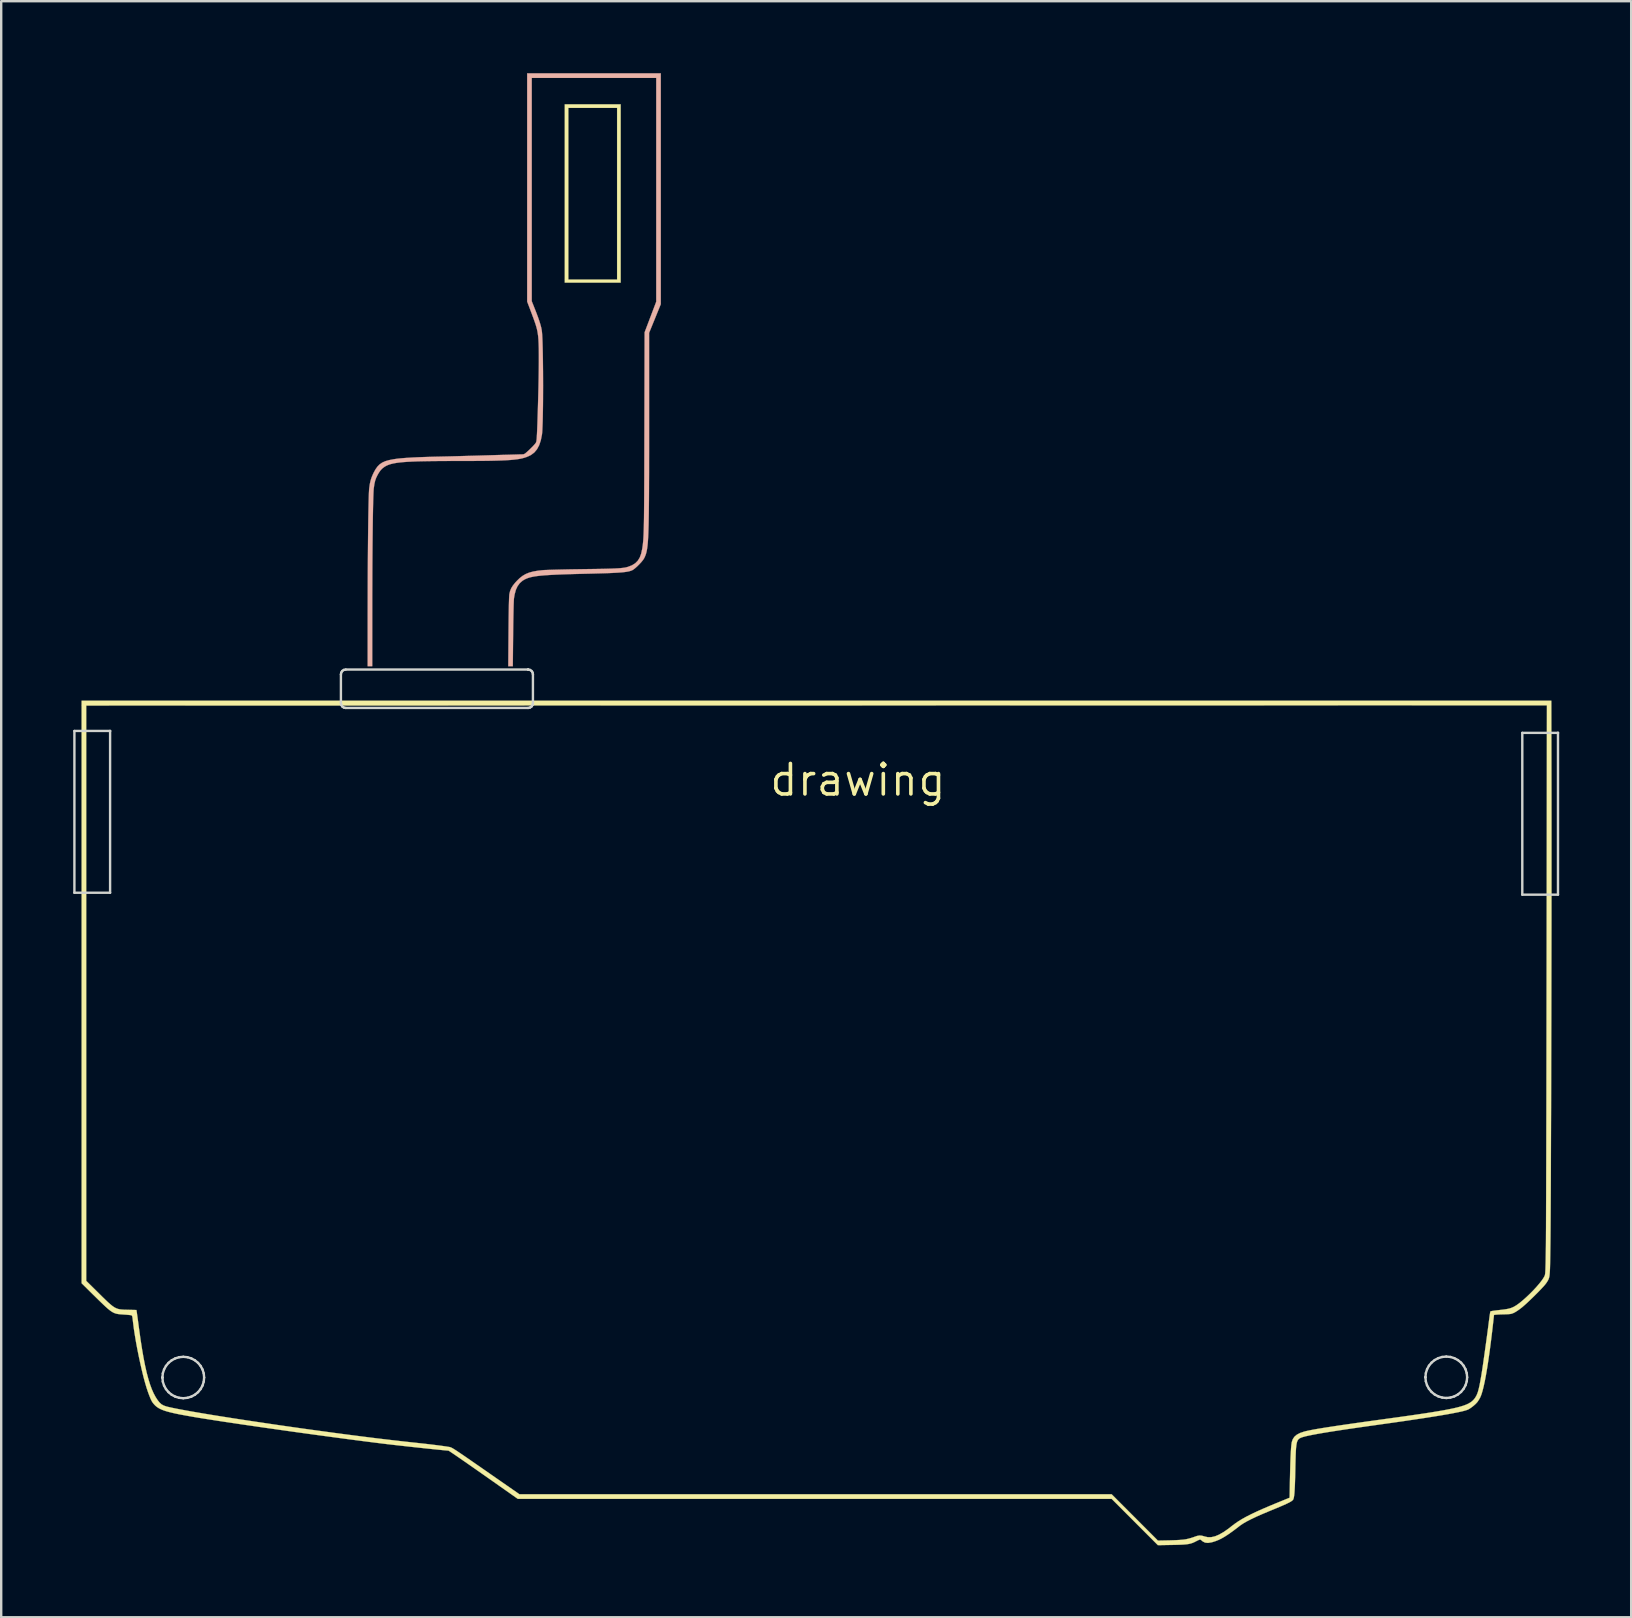
<source format=kicad_pcb>
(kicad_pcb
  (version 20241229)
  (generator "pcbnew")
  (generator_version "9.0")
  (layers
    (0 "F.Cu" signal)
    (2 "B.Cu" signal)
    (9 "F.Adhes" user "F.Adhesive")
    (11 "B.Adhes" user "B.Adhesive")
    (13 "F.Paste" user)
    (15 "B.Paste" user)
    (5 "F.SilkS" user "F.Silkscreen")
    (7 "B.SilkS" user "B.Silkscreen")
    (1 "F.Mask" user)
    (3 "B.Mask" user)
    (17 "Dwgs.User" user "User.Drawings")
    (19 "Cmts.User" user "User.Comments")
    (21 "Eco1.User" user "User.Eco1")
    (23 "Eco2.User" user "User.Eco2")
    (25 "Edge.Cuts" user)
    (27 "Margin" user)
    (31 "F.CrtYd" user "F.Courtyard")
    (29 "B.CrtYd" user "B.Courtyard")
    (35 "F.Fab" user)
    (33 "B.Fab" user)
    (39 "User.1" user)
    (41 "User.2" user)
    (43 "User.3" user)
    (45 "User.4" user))
  (footprint "drawing"
    (layer "F.Cu")
    (at 32.694 29.448)
    (property "Reference" "drawing" (at 0 0 0) (layer "F.SilkS") (effects (font (size 1.27 1.27) (thickness 0.15))))
    (attr through_hole)
    (fp_poly (pts (xy -9.885 -20.722) (xy -12.213 -20.722) (xy -12.213 -28.003) (xy -12.065 -28.003) (xy -12.065 -20.849) (xy -10.033 -20.849) (xy -10.033 -28.003) (xy -12.065 -28.003) (xy -12.213 -28.003) (xy -12.213 -28.152) (xy -9.885 -28.152) (xy -9.885 -20.722)) (stroke (width 0.01) (type solid)) (fill yes) (layer "F.SilkS"))
    (fp_poly (pts (xy 28.897 0.693) (xy 28.897 1.105) (xy 28.898 1.543) (xy 28.898 2.007) (xy 28.898 2.493) (xy 28.898 3.002) (xy 28.898 3.529) (xy 28.898 4.074) (xy 28.898 4.635) (xy 28.897 5.21) (xy 28.897 5.796) (xy 28.896 6.392) (xy 28.895 6.997) (xy 28.894 7.607) (xy 28.893 8.222) (xy 28.892 8.84) (xy 28.891 9.457) (xy 28.89 10.074) (xy 28.888 10.687) (xy 28.887 11.295) (xy 28.885 11.896) (xy 28.884 12.488) (xy 28.882 13.069) (xy 28.881 13.637) (xy 28.879 14.191) (xy 28.877 14.728) (xy 28.875 15.247) (xy 28.873 15.745) (xy 28.872 16.221) (xy 28.87 16.673) (xy 28.868 17.099) (xy 28.866 17.498) (xy 28.864 17.866) (xy 28.862 18.203) (xy 28.86 18.506) (xy 28.858 18.773) (xy 28.856 19.004) (xy 28.854 19.195) (xy 28.853 19.293) (xy 28.849 19.573) (xy 28.846 19.814) (xy 28.842 20.019) (xy 28.839 20.192) (xy 28.835 20.337) (xy 28.83 20.456) (xy 28.823 20.553) (xy 28.816 20.632) (xy 28.806 20.696) (xy 28.793 20.748) (xy 28.778 20.792) (xy 28.76 20.831) (xy 28.739 20.869) (xy 28.714 20.909) (xy 28.685 20.954) (xy 28.684 20.955) (xy 28.643 21.01) (xy 28.576 21.088) (xy 28.487 21.184) (xy 28.382 21.294) (xy 28.266 21.412) (xy 28.144 21.533) (xy 28.021 21.652) (xy 27.902 21.765) (xy 27.792 21.865) (xy 27.696 21.949) (xy 27.663 21.976) (xy 27.571 22.047) (xy 27.476 22.114) (xy 27.39 22.168) (xy 27.335 22.198) (xy 27.286 22.219) (xy 27.242 22.235) (xy 27.193 22.246) (xy 27.132 22.253) (xy 27.05 22.258) (xy 26.939 22.262) (xy 26.855 22.264) (xy 26.711 22.268) (xy 26.602 22.275) (xy 26.532 22.282) (xy 26.502 22.292) (xy 26.501 22.294) (xy 26.498 22.32) (xy 26.492 22.382) (xy 26.481 22.476) (xy 26.468 22.596) (xy 26.452 22.737) (xy 26.434 22.894) (xy 26.426 22.964) (xy 26.374 23.389) (xy 26.323 23.784) (xy 26.271 24.149) (xy 26.22 24.482) (xy 26.169 24.781) (xy 26.119 25.045) (xy 26.069 25.273) (xy 26.021 25.462) (xy 25.975 25.612) (xy 25.93 25.721) (xy 25.884 25.804) (xy 25.831 25.887) (xy 25.8 25.929) (xy 25.733 26) (xy 25.646 26.077) (xy 25.55 26.15) (xy 25.461 26.209) (xy 25.407 26.236) (xy 25.322 26.265) (xy 25.197 26.299) (xy 25.031 26.336) (xy 24.825 26.377) (xy 24.578 26.423) (xy 24.29 26.472) (xy 23.961 26.526) (xy 23.591 26.584) (xy 23.179 26.646) (xy 22.726 26.713) (xy 22.231 26.784) (xy 21.694 26.859) (xy 21.685 26.861) (xy 21.205 26.928) (xy 20.766 26.991) (xy 20.368 27.049) (xy 20.009 27.103) (xy 19.689 27.153) (xy 19.407 27.199) (xy 19.162 27.241) (xy 18.954 27.28) (xy 18.781 27.315) (xy 18.643 27.346) (xy 18.539 27.375) (xy 18.489 27.391) (xy 18.438 27.412) (xy 18.395 27.436) (xy 18.358 27.465) (xy 18.328 27.505) (xy 18.303 27.557) (xy 18.283 27.626) (xy 18.268 27.715) (xy 18.255 27.827) (xy 18.246 27.966) (xy 18.239 28.136) (xy 18.233 28.339) (xy 18.227 28.58) (xy 18.225 28.702) (xy 18.219 28.977) (xy 18.212 29.212) (xy 18.205 29.411) (xy 18.196 29.575) (xy 18.187 29.709) (xy 18.176 29.813) (xy 18.163 29.893) (xy 18.148 29.949) (xy 18.137 29.978) (xy 18.117 30.004) (xy 18.082 30.034) (xy 18.03 30.068) (xy 17.957 30.108) (xy 17.86 30.155) (xy 17.736 30.211) (xy 17.582 30.278) (xy 17.395 30.356) (xy 17.172 30.448) (xy 17.138 30.462) (xy 16.862 30.578) (xy 16.613 30.687) (xy 16.396 30.79) (xy 16.211 30.885) (xy 16.062 30.97) (xy 15.95 31.044) (xy 15.938 31.053) (xy 15.735 31.209) (xy 15.558 31.339) (xy 15.404 31.447) (xy 15.266 31.535) (xy 15.141 31.606) (xy 15.023 31.663) (xy 14.907 31.709) (xy 14.789 31.747) (xy 14.727 31.763) (xy 14.585 31.786) (xy 14.465 31.773) (xy 14.369 31.726) (xy 14.346 31.706) (xy 14.3 31.667) (xy 14.262 31.646) (xy 14.254 31.644) (xy 14.224 31.654) (xy 14.167 31.678) (xy 14.096 31.714) (xy 14.084 31.72) (xy 14.009 31.758) (xy 13.937 31.788) (xy 13.861 31.812) (xy 13.777 31.831) (xy 13.678 31.845) (xy 13.558 31.855) (xy 13.412 31.862) (xy 13.233 31.867) (xy 13.081 31.87) (xy 12.499 31.88) (xy 10.573 29.951) (xy -14.171 29.95) (xy -15.6 28.945) (xy -15.82 28.791) (xy -16.03 28.644) (xy -16.228 28.506) (xy -16.411 28.379) (xy -16.577 28.264) (xy -16.722 28.164) (xy -16.845 28.08) (xy -16.943 28.014) (xy -17.013 27.968) (xy -17.052 27.944) (xy -17.059 27.94) (xy -17.102 27.938) (xy -17.182 27.931) (xy -17.296 27.92) (xy -17.438 27.906) (xy -17.605 27.889) (xy -17.793 27.87) (xy -17.996 27.849) (xy -18.21 27.826) (xy -18.431 27.802) (xy -18.655 27.778) (xy -18.878 27.753) (xy -19.094 27.729) (xy -19.299 27.706) (xy -19.49 27.684) (xy -19.662 27.664) (xy -19.809 27.646) (xy -19.844 27.642) (xy -20.244 27.592) (xy -20.666 27.538) (xy -21.104 27.481) (xy -21.557 27.421) (xy -22.02 27.359) (xy -22.489 27.296) (xy -22.963 27.231) (xy -23.436 27.166) (xy -23.906 27.1) (xy -24.369 27.034) (xy -24.822 26.97) (xy -25.261 26.906) (xy -25.683 26.845) (xy -26.085 26.785) (xy -26.462 26.729) (xy -26.812 26.675) (xy -27.131 26.625) (xy -27.415 26.58) (xy -27.662 26.539) (xy -27.707 26.531) (xy -27.995 26.48) (xy -28.245 26.434) (xy -28.459 26.39) (xy -28.642 26.347) (xy -28.797 26.306) (xy -28.927 26.264) (xy -29.035 26.22) (xy -29.126 26.174) (xy -29.203 26.124) (xy -29.269 26.07) (xy -29.312 26.026) (xy -29.358 25.973) (xy -29.398 25.919) (xy -29.434 25.856) (xy -29.471 25.778) (xy -29.512 25.677) (xy -29.562 25.546) (xy -29.58 25.495) (xy -29.64 25.316) (xy -29.703 25.101) (xy -29.769 24.857) (xy -29.834 24.589) (xy -29.899 24.305) (xy -29.962 24.011) (xy -30.022 23.713) (xy -30.077 23.418) (xy -30.125 23.131) (xy -30.167 22.86) (xy -30.199 22.61) (xy -30.206 22.55) (xy -30.218 22.446) (xy -30.228 22.377) (xy -30.239 22.335) (xy -30.254 22.312) (xy -30.273 22.301) (xy -30.276 22.3) (xy -30.313 22.294) (xy -30.384 22.287) (xy -30.477 22.278) (xy -30.585 22.271) (xy -30.61 22.269) (xy -30.708 22.262) (xy -30.793 22.254) (xy -30.87 22.242) (xy -30.941 22.223) (xy -31.01 22.195) (xy -31.081 22.156) (xy -31.159 22.102) (xy -31.245 22.033) (xy -31.345 21.944) (xy -31.462 21.834) (xy -31.6 21.701) (xy -31.763 21.541) (xy -31.851 21.455) (xy -32.343 20.968) (xy -32.343 20.867) (xy -32.152 20.867) (xy -31.681 21.332) (xy -31.514 21.498) (xy -31.372 21.636) (xy -31.253 21.75) (xy -31.151 21.841) (xy -31.062 21.913) (xy -30.983 21.968) (xy -30.908 22.007) (xy -30.834 22.035) (xy -30.757 22.053) (xy -30.672 22.063) (xy -30.576 22.069) (xy -30.463 22.072) (xy -30.423 22.073) (xy -30.06 22.082) (xy -30.047 22.159) (xy -30.041 22.199) (xy -30.031 22.275) (xy -30.016 22.381) (xy -29.998 22.511) (xy -29.978 22.66) (xy -29.957 22.82) (xy -29.95 22.871) (xy -29.889 23.309) (xy -29.827 23.707) (xy -29.765 24.067) (xy -29.701 24.392) (xy -29.636 24.683) (xy -29.567 24.942) (xy -29.496 25.173) (xy -29.421 25.377) (xy -29.342 25.556) (xy -29.258 25.712) (xy -29.177 25.837) (xy -29.097 25.937) (xy -29.017 26.01) (xy -28.924 26.062) (xy -28.806 26.103) (xy -28.744 26.118) (xy -28.571 26.157) (xy -28.359 26.2) (xy -28.11 26.247) (xy -27.827 26.299) (xy -27.513 26.353) (xy -27.171 26.411) (xy -26.802 26.472) (xy -26.41 26.534) (xy -25.998 26.599) (xy -25.568 26.665) (xy -25.123 26.732) (xy -24.666 26.8) (xy -24.199 26.869) (xy -23.725 26.937) (xy -23.247 27.005) (xy -22.767 27.072) (xy -22.288 27.137) (xy -21.813 27.202) (xy -21.345 27.264) (xy -20.886 27.323) (xy -20.438 27.38) (xy -20.006 27.434) (xy -19.59 27.483) (xy -19.195 27.529) (xy -18.822 27.571) (xy -18.637 27.591) (xy -18.293 27.628) (xy -17.985 27.662) (xy -17.714 27.694) (xy -17.481 27.723) (xy -17.288 27.749) (xy -17.136 27.771) (xy -17.079 27.781) (xy -17.052 27.785) (xy -17.028 27.788) (xy -17.006 27.793) (xy -16.983 27.799) (xy -16.957 27.808) (xy -16.926 27.823) (xy -16.887 27.843) (xy -16.839 27.872) (xy -16.78 27.909) (xy -16.707 27.956) (xy -16.618 28.016) (xy -16.511 28.088) (xy -16.383 28.175) (xy -16.234 28.278) (xy -16.06 28.399) (xy -15.859 28.538) (xy -15.63 28.697) (xy -15.37 28.878) (xy -15.13 29.045) (xy -14.1 29.76) (xy 10.573 29.76) (xy 12.499 31.69) (xy 12.986 31.68) (xy 13.206 31.673) (xy 13.394 31.663) (xy 13.546 31.651) (xy 13.659 31.635) (xy 13.661 31.635) (xy 13.772 31.61) (xy 13.891 31.577) (xy 13.994 31.543) (xy 14.007 31.538) (xy 14.127 31.496) (xy 14.228 31.478) (xy 14.324 31.484) (xy 14.432 31.513) (xy 14.448 31.519) (xy 14.582 31.549) (xy 14.726 31.546) (xy 14.88 31.511) (xy 15.047 31.441) (xy 15.23 31.337) (xy 15.431 31.198) (xy 15.568 31.09) (xy 15.698 30.991) (xy 15.84 30.893) (xy 15.999 30.795) (xy 16.178 30.695) (xy 16.381 30.592) (xy 16.61 30.483) (xy 16.871 30.366) (xy 17.166 30.24) (xy 17.38 30.151) (xy 17.986 29.903) (xy 18 29.128) (xy 18.008 28.788) (xy 18.016 28.49) (xy 18.025 28.233) (xy 18.036 28.016) (xy 18.047 27.84) (xy 18.06 27.703) (xy 18.073 27.606) (xy 18.077 27.585) (xy 18.119 27.463) (xy 18.188 27.361) (xy 18.288 27.276) (xy 18.422 27.206) (xy 18.594 27.148) (xy 18.648 27.134) (xy 18.74 27.113) (xy 18.852 27.09) (xy 18.986 27.064) (xy 19.143 27.036) (xy 19.325 27.006) (xy 19.535 26.972) (xy 19.774 26.936) (xy 20.043 26.895) (xy 20.345 26.851) (xy 20.681 26.803) (xy 21.054 26.75) (xy 21.464 26.693) (xy 21.915 26.631) (xy 22.013 26.617) (xy 22.466 26.555) (xy 22.878 26.497) (xy 23.252 26.443) (xy 23.591 26.393) (xy 23.895 26.346) (xy 24.167 26.301) (xy 24.41 26.259) (xy 24.624 26.218) (xy 24.813 26.179) (xy 24.978 26.14) (xy 25.121 26.101) (xy 25.244 26.062) (xy 25.349 26.022) (xy 25.438 25.981) (xy 25.513 25.937) (xy 25.577 25.892) (xy 25.631 25.843) (xy 25.677 25.792) (xy 25.718 25.736) (xy 25.74 25.7) (xy 25.776 25.635) (xy 25.807 25.562) (xy 25.837 25.475) (xy 25.865 25.37) (xy 25.895 25.24) (xy 25.926 25.081) (xy 25.96 24.887) (xy 25.974 24.81) (xy 25.993 24.687) (xy 26.018 24.529) (xy 26.046 24.34) (xy 26.076 24.127) (xy 26.109 23.895) (xy 26.143 23.651) (xy 26.178 23.4) (xy 26.212 23.149) (xy 26.245 22.903) (xy 26.275 22.667) (xy 26.292 22.537) (xy 26.308 22.415) (xy 26.323 22.307) (xy 26.336 22.221) (xy 26.346 22.164) (xy 26.351 22.142) (xy 26.376 22.133) (xy 26.434 22.121) (xy 26.52 22.108) (xy 26.625 22.095) (xy 26.681 22.089) (xy 26.845 22.07) (xy 26.975 22.053) (xy 27.078 22.035) (xy 27.162 22.014) (xy 27.235 21.99) (xy 27.305 21.959) (xy 27.33 21.947) (xy 27.438 21.883) (xy 27.565 21.791) (xy 27.705 21.676) (xy 27.853 21.544) (xy 28.002 21.402) (xy 28.148 21.254) (xy 28.284 21.106) (xy 28.405 20.964) (xy 28.506 20.833) (xy 28.58 20.719) (xy 28.6 20.681) (xy 28.611 20.659) (xy 28.619 20.635) (xy 28.627 20.607) (xy 28.633 20.57) (xy 28.638 20.521) (xy 28.642 20.455) (xy 28.646 20.37) (xy 28.649 20.261) (xy 28.653 20.126) (xy 28.656 19.959) (xy 28.659 19.758) (xy 28.663 19.519) (xy 28.664 19.485) (xy 28.665 19.394) (xy 28.666 19.262) (xy 28.667 19.09) (xy 28.668 18.881) (xy 28.67 18.634) (xy 28.671 18.353) (xy 28.672 18.038) (xy 28.673 17.691) (xy 28.675 17.313) (xy 28.676 16.905) (xy 28.677 16.47) (xy 28.679 16.007) (xy 28.68 15.52) (xy 28.681 15.009) (xy 28.682 14.476) (xy 28.684 13.922) (xy 28.685 13.349) (xy 28.686 12.758) (xy 28.687 12.15) (xy 28.688 11.527) (xy 28.689 10.891) (xy 28.69 10.242) (xy 28.691 9.583) (xy 28.692 8.914) (xy 28.693 8.238) (xy 28.694 7.636) (xy 28.707 -3.111) (xy -1.722 -3.106) (xy -32.152 -3.101) (xy -32.152 8.883) (xy -32.152 20.867) (xy -32.343 20.867) (xy -32.343 -3.302) (xy -1.727 -3.302) (xy 28.89 -3.302) (xy 28.897 0.693)) (stroke (width 0.01) (type solid)) (fill yes) (layer "F.SilkS"))
    (fp_poly (pts (xy -8.213 -19.824) (xy -8.456 -19.226) (xy -8.7 -18.628) (xy -8.7 -14.759) (xy -8.7 -14.208) (xy -8.7 -13.698) (xy -8.701 -13.226) (xy -8.701 -12.792) (xy -8.703 -12.393) (xy -8.704 -12.028) (xy -8.706 -11.695) (xy -8.709 -11.393) (xy -8.712 -11.119) (xy -8.716 -10.872) (xy -8.72 -10.651) (xy -8.726 -10.453) (xy -8.732 -10.278) (xy -8.739 -10.122) (xy -8.747 -9.985) (xy -8.756 -9.865) (xy -8.766 -9.76) (xy -8.778 -9.668) (xy -8.791 -9.588) (xy -8.805 -9.518) (xy -8.82 -9.456) (xy -8.837 -9.401) (xy -8.855 -9.351) (xy -8.875 -9.304) (xy -8.896 -9.258) (xy -8.905 -9.241) (xy -8.949 -9.172) (xy -9.016 -9.088) (xy -9.1 -8.996) (xy -9.189 -8.907) (xy -9.277 -8.828) (xy -9.353 -8.769) (xy -9.39 -8.746) (xy -9.437 -8.725) (xy -9.491 -8.707) (xy -9.555 -8.69) (xy -9.632 -8.676) (xy -9.726 -8.663) (xy -9.838 -8.651) (xy -9.973 -8.641) (xy -10.133 -8.632) (xy -10.322 -8.623) (xy -10.541 -8.615) (xy -10.794 -8.608) (xy -11.085 -8.6) (xy -11.335 -8.594) (xy -11.707 -8.585) (xy -12.04 -8.576) (xy -12.336 -8.566) (xy -12.598 -8.555) (xy -12.828 -8.543) (xy -13.029 -8.53) (xy -13.204 -8.515) (xy -13.356 -8.498) (xy -13.486 -8.479) (xy -13.598 -8.457) (xy -13.695 -8.432) (xy -13.778 -8.404) (xy -13.852 -8.372) (xy -13.918 -8.337) (xy -13.977 -8.299) (xy -14.089 -8.201) (xy -14.179 -8.077) (xy -14.25 -7.924) (xy -14.301 -7.738) (xy -14.33 -7.567) (xy -14.334 -7.516) (xy -14.338 -7.426) (xy -14.343 -7.303) (xy -14.347 -7.15) (xy -14.351 -6.972) (xy -14.355 -6.772) (xy -14.359 -6.555) (xy -14.362 -6.325) (xy -14.365 -6.087) (xy -14.365 -6.07) (xy -14.378 -4.741) (xy -14.568 -4.741) (xy -14.557 -6.175) (xy -14.554 -6.496) (xy -14.551 -6.784) (xy -14.547 -7.037) (xy -14.543 -7.254) (xy -14.538 -7.434) (xy -14.533 -7.576) (xy -14.528 -7.678) (xy -14.523 -7.74) (xy -14.522 -7.747) (xy -14.492 -7.871) (xy -14.447 -7.984) (xy -14.38 -8.094) (xy -14.286 -8.213) (xy -14.214 -8.292) (xy -14.092 -8.411) (xy -13.969 -8.507) (xy -13.838 -8.583) (xy -13.692 -8.642) (xy -13.524 -8.687) (xy -13.327 -8.721) (xy -13.134 -8.742) (xy -13.069 -8.747) (xy -12.965 -8.751) (xy -12.828 -8.756) (xy -12.662 -8.761) (xy -12.471 -8.766) (xy -12.259 -8.771) (xy -12.03 -8.776) (xy -11.789 -8.78) (xy -11.541 -8.783) (xy -11.451 -8.785) (xy -11.141 -8.789) (xy -10.87 -8.793) (xy -10.635 -8.797) (xy -10.433 -8.802) (xy -10.261 -8.807) (xy -10.115 -8.813) (xy -9.992 -8.819) (xy -9.89 -8.827) (xy -9.804 -8.836) (xy -9.732 -8.846) (xy -9.671 -8.857) (xy -9.617 -8.87) (xy -9.578 -8.882) (xy -9.413 -8.946) (xy -9.279 -9.029) (xy -9.173 -9.134) (xy -9.091 -9.266) (xy -9.031 -9.428) (xy -8.988 -9.626) (xy -8.986 -9.637) (xy -8.977 -9.698) (xy -8.968 -9.759) (xy -8.96 -9.821) (xy -8.953 -9.886) (xy -8.946 -9.956) (xy -8.94 -10.033) (xy -8.935 -10.12) (xy -8.93 -10.217) (xy -8.926 -10.327) (xy -8.922 -10.452) (xy -8.918 -10.593) (xy -8.915 -10.753) (xy -8.912 -10.934) (xy -8.91 -11.136) (xy -8.908 -11.363) (xy -8.906 -11.616) (xy -8.904 -11.897) (xy -8.903 -12.208) (xy -8.901 -12.551) (xy -8.9 -12.927) (xy -8.899 -13.34) (xy -8.898 -13.789) (xy -8.897 -14.278) (xy -8.896 -14.548) (xy -8.887 -18.651) (xy -8.645 -19.29) (xy -8.403 -19.928) (xy -8.403 -24.59) (xy -8.403 -29.252) (xy -13.589 -29.252) (xy -13.589 -24.601) (xy -13.589 -19.95) (xy -13.471 -19.653) (xy -13.387 -19.438) (xy -13.319 -19.255) (xy -13.266 -19.1) (xy -13.225 -18.966) (xy -13.194 -18.847) (xy -13.174 -18.745) (xy -13.164 -18.667) (xy -13.155 -18.55) (xy -13.147 -18.399) (xy -13.14 -18.218) (xy -13.134 -18.011) (xy -13.129 -17.781) (xy -13.125 -17.533) (xy -13.122 -17.27) (xy -13.119 -16.998) (xy -13.118 -16.719) (xy -13.117 -16.437) (xy -13.118 -16.158) (xy -13.119 -15.884) (xy -13.121 -15.62) (xy -13.125 -15.369) (xy -13.129 -15.136) (xy -13.134 -14.925) (xy -13.141 -14.74) (xy -13.148 -14.585) (xy -13.156 -14.463) (xy -13.165 -14.383) (xy -13.213 -14.146) (xy -13.282 -13.944) (xy -13.371 -13.778) (xy -13.483 -13.645) (xy -13.618 -13.544) (xy -13.655 -13.524) (xy -13.729 -13.489) (xy -13.805 -13.457) (xy -13.888 -13.429) (xy -13.979 -13.404) (xy -14.08 -13.382) (xy -14.195 -13.364) (xy -14.326 -13.348) (xy -14.475 -13.334) (xy -14.646 -13.323) (xy -14.841 -13.314) (xy -15.063 -13.307) (xy -15.313 -13.301) (xy -15.596 -13.297) (xy -15.912 -13.295) (xy -16.266 -13.293) (xy -16.66 -13.293) (xy -16.669 -13.293) (xy -17.077 -13.292) (xy -17.446 -13.29) (xy -17.776 -13.287) (xy -18.072 -13.282) (xy -18.335 -13.276) (xy -18.568 -13.267) (xy -18.772 -13.257) (xy -18.951 -13.244) (xy -19.107 -13.228) (xy -19.242 -13.21) (xy -19.359 -13.188) (xy -19.459 -13.164) (xy -19.546 -13.136) (xy -19.622 -13.105) (xy -19.689 -13.07) (xy -19.739 -13.038) (xy -19.82 -12.975) (xy -19.889 -12.902) (xy -19.955 -12.808) (xy -20.008 -12.717) (xy -20.068 -12.597) (xy -20.113 -12.473) (xy -20.145 -12.332) (xy -20.17 -12.162) (xy -20.172 -12.15) (xy -20.178 -12.073) (xy -20.184 -11.956) (xy -20.19 -11.8) (xy -20.196 -11.608) (xy -20.201 -11.382) (xy -20.206 -11.123) (xy -20.211 -10.833) (xy -20.215 -10.515) (xy -20.219 -10.17) (xy -20.223 -9.801) (xy -20.226 -9.409) (xy -20.229 -8.996) (xy -20.231 -8.564) (xy -20.232 -8.116) (xy -20.234 -7.652) (xy -20.234 -7.176) (xy -20.234 -7.075) (xy -20.235 -4.741) (xy -20.426 -4.741) (xy -20.425 -6.969) (xy -20.424 -7.422) (xy -20.423 -7.868) (xy -20.422 -8.303) (xy -20.42 -8.727) (xy -20.417 -9.136) (xy -20.414 -9.53) (xy -20.411 -9.904) (xy -20.407 -10.258) (xy -20.403 -10.589) (xy -20.399 -10.895) (xy -20.394 -11.174) (xy -20.389 -11.423) (xy -20.384 -11.641) (xy -20.379 -11.825) (xy -20.373 -11.973) (xy -20.367 -12.083) (xy -20.362 -12.15) (xy -20.338 -12.321) (xy -20.307 -12.465) (xy -20.266 -12.598) (xy -20.208 -12.735) (xy -20.176 -12.803) (xy -20.099 -12.943) (xy -20.018 -13.058) (xy -19.927 -13.15) (xy -19.82 -13.224) (xy -19.692 -13.282) (xy -19.536 -13.327) (xy -19.348 -13.364) (xy -19.188 -13.387) (xy -19.023 -13.404) (xy -18.817 -13.42) (xy -18.573 -13.435) (xy -18.293 -13.448) (xy -17.978 -13.459) (xy -17.629 -13.469) (xy -17.441 -13.473) (xy -17.306 -13.476) (xy -17.134 -13.48) (xy -16.931 -13.485) (xy -16.704 -13.491) (xy -16.459 -13.498) (xy -16.201 -13.505) (xy -15.936 -13.512) (xy -15.671 -13.52) (xy -15.431 -13.527) (xy -15.19 -13.534) (xy -14.96 -13.541) (xy -14.746 -13.547) (xy -14.549 -13.552) (xy -14.375 -13.557) (xy -14.227 -13.561) (xy -14.108 -13.565) (xy -14.023 -13.567) (xy -13.975 -13.568) (xy -13.968 -13.568) (xy -13.934 -13.571) (xy -13.901 -13.583) (xy -13.861 -13.608) (xy -13.808 -13.651) (xy -13.736 -13.716) (xy -13.669 -13.779) (xy -13.586 -13.861) (xy -13.511 -13.939) (xy -13.452 -14.006) (xy -13.416 -14.055) (xy -13.411 -14.065) (xy -13.403 -14.085) (xy -13.397 -14.114) (xy -13.39 -14.156) (xy -13.384 -14.213) (xy -13.379 -14.289) (xy -13.373 -14.387) (xy -13.367 -14.51) (xy -13.361 -14.661) (xy -13.354 -14.843) (xy -13.347 -15.06) (xy -13.339 -15.314) (xy -13.334 -15.457) (xy -13.321 -15.916) (xy -13.31 -16.343) (xy -13.302 -16.737) (xy -13.297 -17.097) (xy -13.294 -17.421) (xy -13.294 -17.709) (xy -13.296 -17.959) (xy -13.302 -18.171) (xy -13.31 -18.342) (xy -13.321 -18.473) (xy -13.324 -18.504) (xy -13.339 -18.605) (xy -13.354 -18.697) (xy -13.373 -18.785) (xy -13.397 -18.876) (xy -13.428 -18.978) (xy -13.468 -19.096) (xy -13.519 -19.239) (xy -13.583 -19.411) (xy -13.607 -19.475) (xy -13.78 -19.932) (xy -13.78 -29.443) (xy -8.213 -29.443) (xy -8.213 -19.824)) (stroke (width 0.01) (type solid)) (fill yes) (layer "B.SilkS"))
    (fp_line (start -32.644 -2.043) (end -32.644 4.698) (stroke (width 0.1) (type solid)) (layer "Edge.Cuts"))
    (fp_line (start -32.644 4.698) (end -31.157 4.698) (stroke (width 0.1) (type solid)) (layer "Edge.Cuts"))
    (fp_line (start -31.157 -2.043) (end -32.644 -2.043) (stroke (width 0.1) (type solid)) (layer "Edge.Cuts"))
    (fp_line (start -31.157 -2.043) (end -31.157 -2.043) (stroke (width 0.1) (type solid)) (layer "Edge.Cuts"))
    (fp_line (start -31.157 4.698) (end -31.157 -2.043) (stroke (width 0.1) (type solid)) (layer "Edge.Cuts"))
    (fp_line (start -28.977 24.895) (end -28.977 24.895) (stroke (width 0.1) (type solid)) (layer "Edge.Cuts"))
    (fp_line (start -28.977 24.895) (end -28.977 24.895) (stroke (width 0.1) (type solid)) (layer "Edge.Cuts"))
    (fp_line (start -28.977 24.895) (end -28.96 25.069) (stroke (width 0.1) (type solid)) (layer "Edge.Cuts"))
    (fp_line (start -28.96 24.721) (end -28.977 24.895) (stroke (width 0.1) (type solid)) (layer "Edge.Cuts"))
    (fp_line (start -28.96 25.069) (end -28.909 25.231) (stroke (width 0.1) (type solid)) (layer "Edge.Cuts"))
    (fp_line (start -28.909 24.559) (end -28.96 24.721) (stroke (width 0.1) (type solid)) (layer "Edge.Cuts"))
    (fp_line (start -28.909 25.231) (end -28.829 25.377) (stroke (width 0.1) (type solid)) (layer "Edge.Cuts"))
    (fp_line (start -28.829 24.412) (end -28.909 24.559) (stroke (width 0.1) (type solid)) (layer "Edge.Cuts"))
    (fp_line (start -28.829 25.377) (end -28.723 25.505) (stroke (width 0.1) (type solid)) (layer "Edge.Cuts"))
    (fp_line (start -28.723 24.285) (end -28.829 24.412) (stroke (width 0.1) (type solid)) (layer "Edge.Cuts"))
    (fp_line (start -28.723 25.505) (end -28.594 25.611) (stroke (width 0.1) (type solid)) (layer "Edge.Cuts"))
    (fp_line (start -28.594 24.179) (end -28.723 24.285) (stroke (width 0.1) (type solid)) (layer "Edge.Cuts"))
    (fp_line (start -28.594 25.611) (end -28.446 25.69) (stroke (width 0.1) (type solid)) (layer "Edge.Cuts"))
    (fp_line (start -28.446 24.1) (end -28.594 24.179) (stroke (width 0.1) (type solid)) (layer "Edge.Cuts"))
    (fp_line (start -28.446 25.69) (end -28.283 25.74) (stroke (width 0.1) (type solid)) (layer "Edge.Cuts"))
    (fp_line (start -28.283 24.049) (end -28.446 24.1) (stroke (width 0.1) (type solid)) (layer "Edge.Cuts"))
    (fp_line (start -28.283 25.74) (end -28.108 25.758) (stroke (width 0.1) (type solid)) (layer "Edge.Cuts"))
    (fp_line (start -28.108 24.032) (end -28.283 24.049) (stroke (width 0.1) (type solid)) (layer "Edge.Cuts"))
    (fp_line (start -28.108 25.758) (end -27.933 25.74) (stroke (width 0.1) (type solid)) (layer "Edge.Cuts"))
    (fp_line (start -27.933 24.049) (end -28.108 24.032) (stroke (width 0.1) (type solid)) (layer "Edge.Cuts"))
    (fp_line (start -27.933 25.74) (end -27.77 25.69) (stroke (width 0.1) (type solid)) (layer "Edge.Cuts"))
    (fp_line (start -27.77 24.1) (end -27.933 24.049) (stroke (width 0.1) (type solid)) (layer "Edge.Cuts"))
    (fp_line (start -27.77 25.69) (end -27.622 25.611) (stroke (width 0.1) (type solid)) (layer "Edge.Cuts"))
    (fp_line (start -27.622 24.179) (end -27.77 24.1) (stroke (width 0.1) (type solid)) (layer "Edge.Cuts"))
    (fp_line (start -27.622 25.611) (end -27.493 25.505) (stroke (width 0.1) (type solid)) (layer "Edge.Cuts"))
    (fp_line (start -27.493 24.285) (end -27.622 24.179) (stroke (width 0.1) (type solid)) (layer "Edge.Cuts"))
    (fp_line (start -27.493 25.505) (end -27.387 25.377) (stroke (width 0.1) (type solid)) (layer "Edge.Cuts"))
    (fp_line (start -27.387 24.412) (end -27.493 24.285) (stroke (width 0.1) (type solid)) (layer "Edge.Cuts"))
    (fp_line (start -27.387 25.377) (end -27.307 25.231) (stroke (width 0.1) (type solid)) (layer "Edge.Cuts"))
    (fp_line (start -27.307 24.559) (end -27.387 24.412) (stroke (width 0.1) (type solid)) (layer "Edge.Cuts"))
    (fp_line (start -27.307 25.231) (end -27.256 25.069) (stroke (width 0.1) (type solid)) (layer "Edge.Cuts"))
    (fp_line (start -27.256 24.721) (end -27.307 24.559) (stroke (width 0.1) (type solid)) (layer "Edge.Cuts"))
    (fp_line (start -27.256 25.069) (end -27.239 24.895) (stroke (width 0.1) (type solid)) (layer "Edge.Cuts"))
    (fp_line (start -27.239 24.895) (end -27.256 24.721) (stroke (width 0.1) (type solid)) (layer "Edge.Cuts"))
    (fp_line (start -21.54 -4.402) (end -21.54 -3.202) (stroke (width 0.1) (type solid)) (layer "Edge.Cuts"))
    (fp_line (start -21.54 -3.202) (end -21.524 -3.124) (stroke (width 0.1) (type solid)) (layer "Edge.Cuts"))
    (fp_line (start -21.524 -4.48) (end -21.54 -4.402) (stroke (width 0.1) (type solid)) (layer "Edge.Cuts"))
    (fp_line (start -21.524 -3.124) (end -21.482 -3.061) (stroke (width 0.1) (type solid)) (layer "Edge.Cuts"))
    (fp_line (start -21.482 -4.544) (end -21.524 -4.48) (stroke (width 0.1) (type solid)) (layer "Edge.Cuts"))
    (fp_line (start -21.482 -3.061) (end -21.418 -3.018) (stroke (width 0.1) (type solid)) (layer "Edge.Cuts"))
    (fp_line (start -21.418 -4.587) (end -21.482 -4.544) (stroke (width 0.1) (type solid)) (layer "Edge.Cuts"))
    (fp_line (start -21.418 -3.018) (end -21.34 -3.002) (stroke (width 0.1) (type solid)) (layer "Edge.Cuts"))
    (fp_line (start -21.34 -4.602) (end -21.418 -4.587) (stroke (width 0.1) (type solid)) (layer "Edge.Cuts"))
    (fp_line (start -21.34 -3.002) (end -13.74 -3.002) (stroke (width 0.1) (type solid)) (layer "Edge.Cuts"))
    (fp_line (start -13.74 -4.602) (end -21.34 -4.602) (stroke (width 0.1) (type solid)) (layer "Edge.Cuts"))
    (fp_line (start -13.74 -4.602) (end -13.74 -4.602) (stroke (width 0.1) (type solid)) (layer "Edge.Cuts"))
    (fp_line (start -13.74 -4.602) (end -13.74 -4.602) (stroke (width 0.1) (type solid)) (layer "Edge.Cuts"))
    (fp_line (start -13.74 -3.002) (end -13.662 -3.018) (stroke (width 0.1) (type solid)) (layer "Edge.Cuts"))
    (fp_line (start -13.662 -4.587) (end -13.74 -4.602) (stroke (width 0.1) (type solid)) (layer "Edge.Cuts"))
    (fp_line (start -13.662 -3.018) (end -13.598 -3.061) (stroke (width 0.1) (type solid)) (layer "Edge.Cuts"))
    (fp_line (start -13.598 -4.544) (end -13.662 -4.587) (stroke (width 0.1) (type solid)) (layer "Edge.Cuts"))
    (fp_line (start -13.598 -3.061) (end -13.556 -3.124) (stroke (width 0.1) (type solid)) (layer "Edge.Cuts"))
    (fp_line (start -13.556 -4.48) (end -13.598 -4.544) (stroke (width 0.1) (type solid)) (layer "Edge.Cuts"))
    (fp_line (start -13.556 -3.124) (end -13.54 -3.202) (stroke (width 0.1) (type solid)) (layer "Edge.Cuts"))
    (fp_line (start -13.54 -4.402) (end -13.556 -4.48) (stroke (width 0.1) (type solid)) (layer "Edge.Cuts"))
    (fp_line (start -13.54 -3.202) (end -13.54 -4.402) (stroke (width 0.1) (type solid)) (layer "Edge.Cuts"))
    (fp_line (start 23.645 24.885) (end 23.645 24.885) (stroke (width 0.1) (type solid)) (layer "Edge.Cuts"))
    (fp_line (start 23.645 24.885) (end 23.645 24.885) (stroke (width 0.1) (type solid)) (layer "Edge.Cuts"))
    (fp_line (start 23.645 24.885) (end 23.662 25.054) (stroke (width 0.1) (type solid)) (layer "Edge.Cuts"))
    (fp_line (start 23.662 25.054) (end 23.711 25.215) (stroke (width 0.1) (type solid)) (layer "Edge.Cuts"))
    (fp_line (start 23.663 24.711) (end 23.645 24.885) (stroke (width 0.1) (type solid)) (layer "Edge.Cuts"))
    (fp_line (start 23.711 25.215) (end 23.791 25.364) (stroke (width 0.1) (type solid)) (layer "Edge.Cuts"))
    (fp_line (start 23.713 24.549) (end 23.663 24.711) (stroke (width 0.1) (type solid)) (layer "Edge.Cuts"))
    (fp_line (start 23.791 25.364) (end 23.9 25.495) (stroke (width 0.1) (type solid)) (layer "Edge.Cuts"))
    (fp_line (start 23.793 24.402) (end 23.713 24.549) (stroke (width 0.1) (type solid)) (layer "Edge.Cuts"))
    (fp_line (start 23.9 24.275) (end 23.793 24.402) (stroke (width 0.1) (type solid)) (layer "Edge.Cuts"))
    (fp_line (start 23.9 25.495) (end 24.032 25.603) (stroke (width 0.1) (type solid)) (layer "Edge.Cuts"))
    (fp_line (start 24.028 24.169) (end 23.9 24.275) (stroke (width 0.1) (type solid)) (layer "Edge.Cuts"))
    (fp_line (start 24.032 25.603) (end 24.182 25.682) (stroke (width 0.1) (type solid)) (layer "Edge.Cuts"))
    (fp_line (start 24.176 24.09) (end 24.028 24.169) (stroke (width 0.1) (type solid)) (layer "Edge.Cuts"))
    (fp_line (start 24.182 25.682) (end 24.344 25.731) (stroke (width 0.1) (type solid)) (layer "Edge.Cuts"))
    (fp_line (start 24.339 24.039) (end 24.176 24.09) (stroke (width 0.1) (type solid)) (layer "Edge.Cuts"))
    (fp_line (start 24.344 25.731) (end 24.514 25.748) (stroke (width 0.1) (type solid)) (layer "Edge.Cuts"))
    (fp_line (start 24.514 24.022) (end 24.339 24.039) (stroke (width 0.1) (type solid)) (layer "Edge.Cuts"))
    (fp_line (start 24.514 25.748) (end 24.685 25.731) (stroke (width 0.1) (type solid)) (layer "Edge.Cuts"))
    (fp_line (start 24.685 25.731) (end 24.847 25.682) (stroke (width 0.1) (type solid)) (layer "Edge.Cuts"))
    (fp_line (start 24.689 24.039) (end 24.514 24.022) (stroke (width 0.1) (type solid)) (layer "Edge.Cuts"))
    (fp_line (start 24.847 25.682) (end 24.997 25.603) (stroke (width 0.1) (type solid)) (layer "Edge.Cuts"))
    (fp_line (start 24.853 24.09) (end 24.689 24.039) (stroke (width 0.1) (type solid)) (layer "Edge.Cuts"))
    (fp_line (start 24.997 25.603) (end 25.129 25.495) (stroke (width 0.1) (type solid)) (layer "Edge.Cuts"))
    (fp_line (start 25 24.169) (end 24.853 24.09) (stroke (width 0.1) (type solid)) (layer "Edge.Cuts"))
    (fp_line (start 25.129 24.275) (end 25 24.169) (stroke (width 0.1) (type solid)) (layer "Edge.Cuts"))
    (fp_line (start 25.129 25.495) (end 25.237 25.364) (stroke (width 0.1) (type solid)) (layer "Edge.Cuts"))
    (fp_line (start 25.235 24.402) (end 25.129 24.275) (stroke (width 0.1) (type solid)) (layer "Edge.Cuts"))
    (fp_line (start 25.237 25.364) (end 25.317 25.215) (stroke (width 0.1) (type solid)) (layer "Edge.Cuts"))
    (fp_line (start 25.315 24.549) (end 25.235 24.402) (stroke (width 0.1) (type solid)) (layer "Edge.Cuts"))
    (fp_line (start 25.317 25.215) (end 25.367 25.054) (stroke (width 0.1) (type solid)) (layer "Edge.Cuts"))
    (fp_line (start 25.366 24.711) (end 25.315 24.549) (stroke (width 0.1) (type solid)) (layer "Edge.Cuts"))
    (fp_line (start 25.367 25.054) (end 25.383 24.885) (stroke (width 0.1) (type solid)) (layer "Edge.Cuts"))
    (fp_line (start 25.383 24.885) (end 25.366 24.711) (stroke (width 0.1) (type solid)) (layer "Edge.Cuts"))
    (fp_line (start 27.681 -1.964) (end 27.681 4.777) (stroke (width 0.1) (type solid)) (layer "Edge.Cuts"))
    (fp_line (start 27.681 4.777) (end 29.168 4.777) (stroke (width 0.1) (type solid)) (layer "Edge.Cuts"))
    (fp_line (start 29.168 -1.964) (end 27.681 -1.964) (stroke (width 0.1) (type solid)) (layer "Edge.Cuts"))
    (fp_line (start 29.168 -1.964) (end 29.168 -1.964) (stroke (width 0.1) (type solid)) (layer "Edge.Cuts"))
    (fp_line (start 29.168 4.777) (end 29.168 -1.964) (stroke (width 0.1) (type solid)) (layer "Edge.Cuts")))
  (gr_rect
    (start -3 -3)
    (end 64.912 64.333)
    (stroke (width 0.1) (type default))
    (fill no)
    (layer "Edge.Cuts")))
</source>
